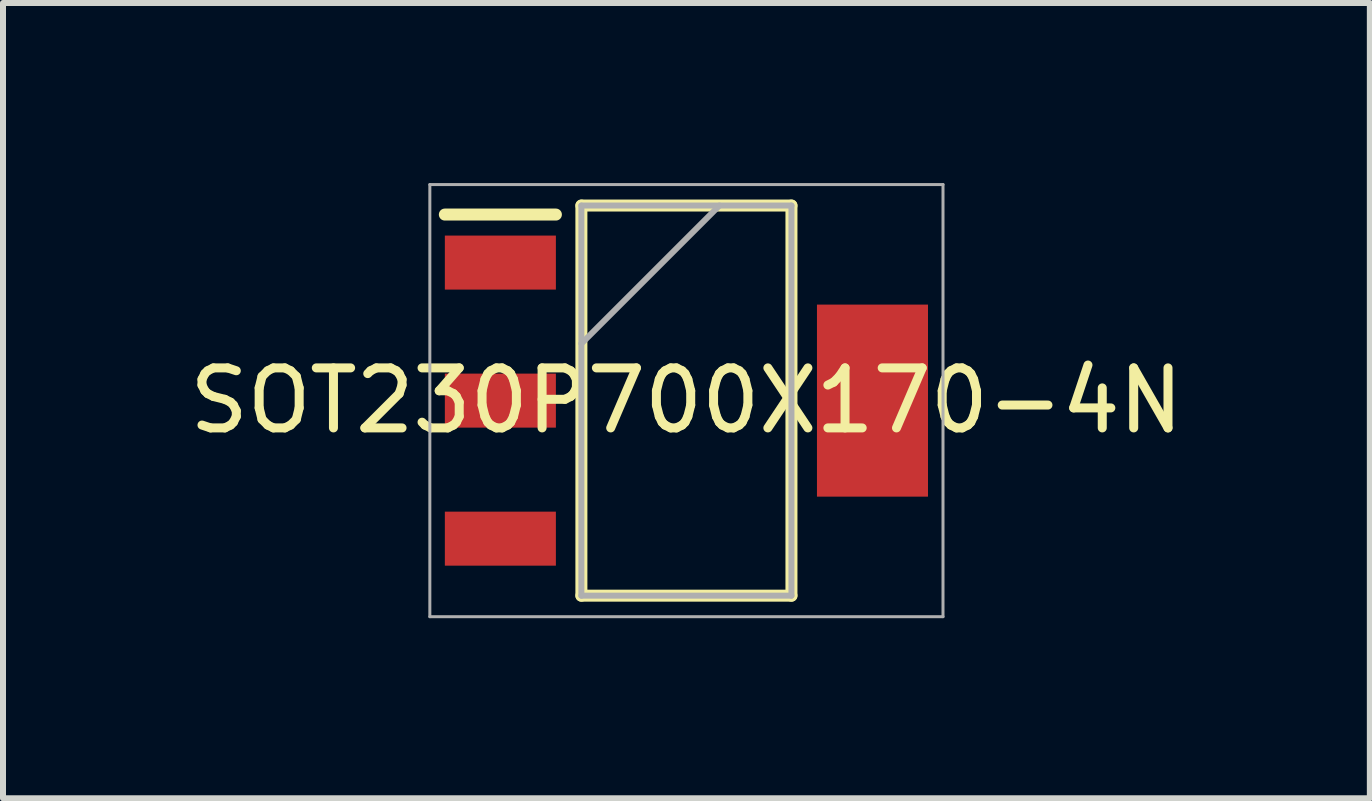
<source format=kicad_pcb>
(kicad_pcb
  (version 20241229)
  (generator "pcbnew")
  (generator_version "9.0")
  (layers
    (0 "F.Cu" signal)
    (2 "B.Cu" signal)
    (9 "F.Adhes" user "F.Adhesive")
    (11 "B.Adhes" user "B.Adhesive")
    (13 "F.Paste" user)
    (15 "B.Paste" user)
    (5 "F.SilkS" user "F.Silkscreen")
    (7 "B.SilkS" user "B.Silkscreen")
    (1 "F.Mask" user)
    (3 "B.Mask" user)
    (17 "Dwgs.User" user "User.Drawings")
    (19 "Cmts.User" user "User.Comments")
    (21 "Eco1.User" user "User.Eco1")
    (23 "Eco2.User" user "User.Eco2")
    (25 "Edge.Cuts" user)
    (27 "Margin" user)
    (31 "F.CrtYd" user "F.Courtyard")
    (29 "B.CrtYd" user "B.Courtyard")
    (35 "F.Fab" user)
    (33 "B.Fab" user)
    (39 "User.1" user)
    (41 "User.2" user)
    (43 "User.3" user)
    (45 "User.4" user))
  (footprint "SOT230P700X170-4N"
    (layer "F.Cu")
    (at 8.387 3.625)
    (property "Reference" "SOT230P700X170-4N" (at 0 0 0) (layer "F.SilkS") (effects (font (size 1 1) (thickness 0.15))))
    (attr smd)
    (fp_line (start -4.025 -3.1) (end -2.175 -3.1) (stroke (width 0.2) (type solid)) (layer "F.SilkS"))
    (fp_line (start -1.75 -3.25) (end 1.75 -3.25) (stroke (width 0.2) (type solid)) (layer "F.SilkS"))
    (fp_line (start -1.75 3.25) (end -1.75 -3.25) (stroke (width 0.2) (type solid)) (layer "F.SilkS"))
    (fp_line (start 1.75 -3.25) (end 1.75 3.25) (stroke (width 0.2) (type solid)) (layer "F.SilkS"))
    (fp_line (start 1.75 3.25) (end -1.75 3.25) (stroke (width 0.2) (type solid)) (layer "F.SilkS"))
    (fp_line (start -4.275 -3.6) (end 4.275 -3.6) (stroke (width 0.05) (type solid)) (layer "F.Fab"))
    (fp_line (start -4.275 3.6) (end -4.275 -3.6) (stroke (width 0.05) (type solid)) (layer "F.Fab"))
    (fp_line (start -1.75 -3.25) (end 1.75 -3.25) (stroke (width 0.1) (type solid)) (layer "F.Fab"))
    (fp_line (start -1.75 -0.95) (end 0.55 -3.25) (stroke (width 0.1) (type solid)) (layer "F.Fab"))
    (fp_line (start -1.75 3.25) (end -1.75 -3.25) (stroke (width 0.1) (type solid)) (layer "F.Fab"))
    (fp_line (start 1.75 -3.25) (end 1.75 3.25) (stroke (width 0.1) (type solid)) (layer "F.Fab"))
    (fp_line (start 1.75 3.25) (end -1.75 3.25) (stroke (width 0.1) (type solid)) (layer "F.Fab"))
    (fp_line (start 4.275 -3.6) (end 4.275 3.6) (stroke (width 0.05) (type solid)) (layer "F.Fab"))
    (fp_line (start 4.275 3.6) (end -4.275 3.6) (stroke (width 0.05) (type solid)) (layer "F.Fab"))
    (pad "1" smd rect (at -3.1 -2.3) (size 1.85 0.9) (layers "F.Cu" "F.Mask" "F.Paste"))
    (pad "2" smd rect (at -3.1 0) (size 1.85 0.9) (layers "F.Cu" "F.Mask" "F.Paste"))
    (pad "3" smd rect (at -3.1 2.3) (size 1.85 0.9) (layers "F.Cu" "F.Mask" "F.Paste"))
    (pad "4" smd rect (at 3.1 0 90) (size 3.2 1.85) (layers "F.Cu" "F.Mask" "F.Paste")))
  (gr_rect
    (start -3 -3)
    (end 19.774 10.25)
    (stroke (width 0.1) (type default))
    (fill no)
    (layer "Edge.Cuts")))
</source>
